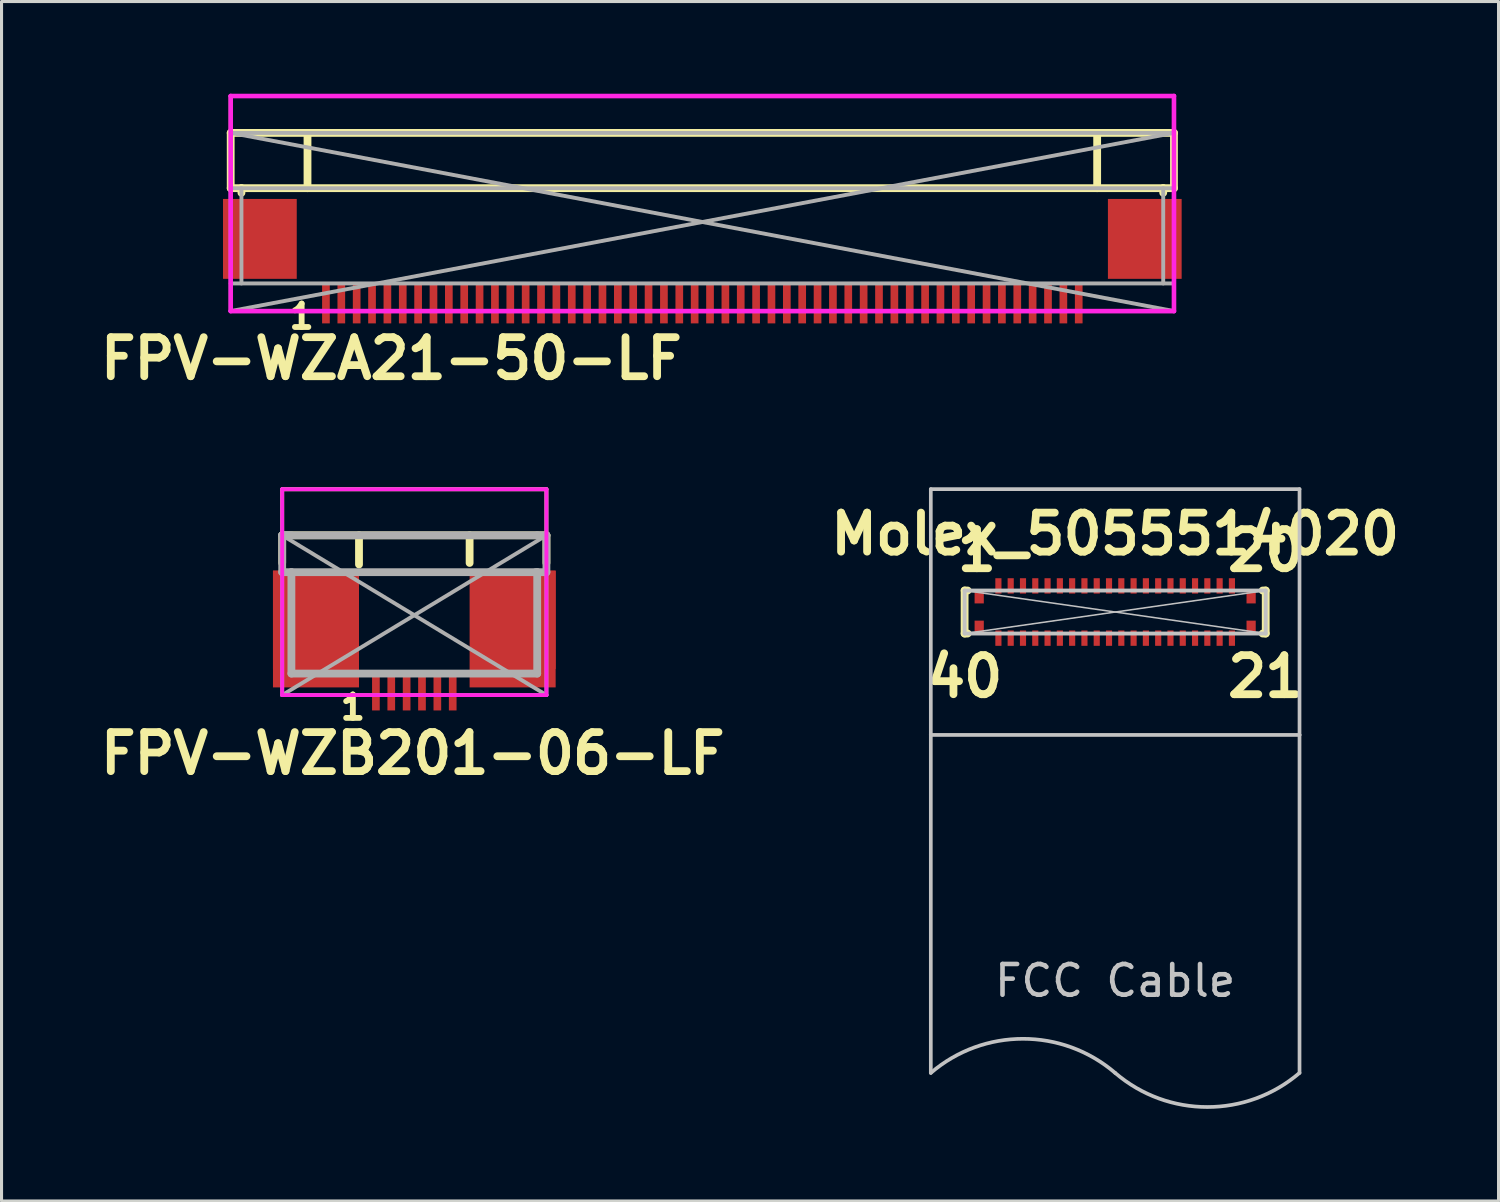
<source format=kicad_pcb>
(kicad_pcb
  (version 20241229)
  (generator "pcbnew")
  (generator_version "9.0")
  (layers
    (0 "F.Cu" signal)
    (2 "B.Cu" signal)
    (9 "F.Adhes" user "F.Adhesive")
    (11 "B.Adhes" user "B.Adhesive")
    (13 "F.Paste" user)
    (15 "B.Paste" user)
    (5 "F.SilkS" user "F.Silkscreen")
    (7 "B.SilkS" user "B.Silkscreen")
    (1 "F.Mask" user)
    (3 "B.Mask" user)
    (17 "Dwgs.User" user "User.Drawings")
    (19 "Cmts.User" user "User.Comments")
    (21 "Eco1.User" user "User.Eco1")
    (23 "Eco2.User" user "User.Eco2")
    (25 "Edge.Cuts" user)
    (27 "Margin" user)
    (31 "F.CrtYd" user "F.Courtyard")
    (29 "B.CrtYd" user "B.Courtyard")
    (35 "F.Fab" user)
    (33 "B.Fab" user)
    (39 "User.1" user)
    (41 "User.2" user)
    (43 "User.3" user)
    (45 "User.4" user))
  (footprint "FPV-WZB201-06-LF"
    (layer "F.Cu")
    (at 10.434 16.972)
    (property "Reference" "FPV-WZB201-06-LF" (at -0.05 4.5 0) (layer "F.SilkS") (effects (font (size 1.27 1.27) (thickness 0.254))))
    (attr smd)
    (fp_line (start -4.3 -4.1) (end -4.3 -2.6) (stroke (width 0.127) (type solid)) (layer "F.SilkS"))
    (fp_line (start -4.3 -2.6) (end -4.3 -1.7) (stroke (width 0.254) (type solid)) (layer "F.SilkS"))
    (fp_line (start -1.8 -2.6) (end -1.8 -1.65) (stroke (width 0.254) (type solid)) (layer "F.SilkS"))
    (fp_line (start 1.8 -2.6) (end 1.8 -1.7) (stroke (width 0.254) (type solid)) (layer "F.SilkS"))
    (fp_line (start 4.3 -4.1) (end -4.3 -4.1) (stroke (width 0.127) (type solid)) (layer "F.SilkS"))
    (fp_line (start 4.3 -2.6) (end -4.3 -2.6) (stroke (width 0.254) (type solid)) (layer "F.SilkS"))
    (fp_line (start 4.3 -2.6) (end 4.3 -4.1) (stroke (width 0.127) (type solid)) (layer "F.SilkS"))
    (fp_line (start 4.3 -2.6) (end 4.3 -1.7) (stroke (width 0.254) (type solid)) (layer "F.SilkS"))
    (fp_line (start -4.3 -4.1) (end -4.3 2.6) (stroke (width 0.127) (type solid)) (layer "F.CrtYd"))
    (fp_line (start -4.3 -4.1) (end 4.3 -4.1) (stroke (width 0.127) (type solid)) (layer "F.CrtYd"))
    (fp_line (start -4.3 2.6) (end 4.3 2.6) (stroke (width 0.127) (type solid)) (layer "F.CrtYd"))
    (fp_line (start 4.3 -4.1) (end 4.3 2.6) (stroke (width 0.127) (type solid)) (layer "F.CrtYd"))
    (fp_line (start -4.3 -2.6) (end -4.3 -1.4) (stroke (width 0.254) (type solid)) (layer "F.Fab"))
    (fp_line (start -4.3 -1.4) (end -4.3 2.6) (stroke (width 0.127) (type solid)) (layer "F.Fab"))
    (fp_line (start -4.3 -1.4) (end -4 -1.4) (stroke (width 0.254) (type solid)) (layer "F.Fab"))
    (fp_line (start -4.3 2.6) (end 4.3 -2.6) (stroke (width 0.127) (type solid)) (layer "F.Fab"))
    (fp_line (start -4.3 2.6) (end 4.3 2.6) (stroke (width 0.127) (type solid)) (layer "F.Fab"))
    (fp_line (start -4 -2.6) (end -4.3 -2.6) (stroke (width 0.254) (type solid)) (layer "F.Fab"))
    (fp_line (start -4 -1.4) (end -4 1.9) (stroke (width 0.254) (type solid)) (layer "F.Fab"))
    (fp_line (start -4 1.9) (end 4 1.9) (stroke (width 0.254) (type solid)) (layer "F.Fab"))
    (fp_line (start 4 -2.6) (end -4.3 -2.6) (stroke (width 0.254) (type solid)) (layer "F.Fab"))
    (fp_line (start 4 -2.6) (end 4.3 -2.6) (stroke (width 0.254) (type solid)) (layer "F.Fab"))
    (fp_line (start 4 -1.4) (end -4 -1.4) (stroke (width 0.254) (type solid)) (layer "F.Fab"))
    (fp_line (start 4 1.9) (end 4 -1.4) (stroke (width 0.254) (type solid)) (layer "F.Fab"))
    (fp_line (start 4.3 -2.6) (end 4.3 -1.4) (stroke (width 0.254) (type solid)) (layer "F.Fab"))
    (fp_line (start 4.3 -1.4) (end 3.95 -1.4) (stroke (width 0.254) (type solid)) (layer "F.Fab"))
    (fp_line (start 4.3 -1.4) (end 4.3 2.6) (stroke (width 0.127) (type solid)) (layer "F.Fab"))
    (fp_line (start 4.3 2.6) (end -4.3 -2.6) (stroke (width 0.127) (type solid)) (layer "F.Fab"))
    (fp_text user "1" (at -2 3 0) (layer "F.SilkS") (effects (font (size 0.762 0.762) (thickness 0.191))))
    (pad "0" smd rect (at -3.4 0.15 180) (size 2.4 3.2) (layers "F.Cu" "F.Mask" "F.Paste"))
    (pad "0" smd rect (at -3.2 0.45 180) (size 2.8 3.8) (layers "F.Cu"))
    (pad "0" smd rect (at 3.2 0.45 180) (size 2.8 3.8) (layers "F.Cu"))
    (pad "0" smd rect (at 3.4 0.15 180) (size 2.4 3.2) (layers "F.Cu" "F.Mask" "F.Paste"))
    (pad "1" smd rect (at -1.25 2.45 180) (size 0.25 1.3) (layers "F.Cu" "F.Mask" "F.Paste"))
    (pad "2" smd rect (at -0.75 2.45 180) (size 0.25 1.3) (layers "F.Cu" "F.Mask" "F.Paste"))
    (pad "3" smd rect (at -0.25 2.45 180) (size 0.25 1.3) (layers "F.Cu" "F.Mask" "F.Paste"))
    (pad "4" smd rect (at 0.25 2.45 180) (size 0.25 1.3) (layers "F.Cu" "F.Mask" "F.Paste"))
    (pad "5" smd rect (at 0.75 2.45 180) (size 0.25 1.3) (layers "F.Cu" "F.Mask" "F.Paste"))
    (pad "6" smd rect (at 1.25 2.45 180) (size 0.25 1.3) (layers "F.Cu" "F.Mask" "F.Paste")))
  (footprint "Molex_5055514020"
    (layer "F.Cu")
    (at 33.244 16.869)
    (property "Reference" "Molex_5055514020" (at 0 -2.54 0) (layer "F.SilkS") (effects (font (size 1.27 1.27) (thickness 0.254))))
    (attr smd)
    (fp_line (start -4.9 -0.7) (end -4.9 0.7) (stroke (width 0.254) (type solid)) (layer "F.SilkS"))
    (fp_line (start -4.8 -0.7) (end -4.9 -0.7) (stroke (width 0.254) (type solid)) (layer "F.SilkS"))
    (fp_line (start -4.8 0.7) (end -4.9 0.7) (stroke (width 0.254) (type solid)) (layer "F.SilkS"))
    (fp_line (start 4.8 -0.7) (end 4.9 -0.7) (stroke (width 0.254) (type solid)) (layer "F.SilkS"))
    (fp_line (start 4.8 0.7) (end 4.9 0.7) (stroke (width 0.254) (type solid)) (layer "F.SilkS"))
    (fp_line (start 4.9 -0.7) (end 4.9 0.7) (stroke (width 0.254) (type solid)) (layer "F.SilkS"))
    (fp_line (start -6 -4) (end -6 4) (stroke (width 0.12) (type solid)) (layer "Dwgs.User"))
    (fp_line (start -6 4) (end -6 15) (stroke (width 0.12) (type solid)) (layer "Dwgs.User"))
    (fp_line (start -6 4) (end 6 4) (stroke (width 0.12) (type solid)) (layer "Dwgs.User"))
    (fp_line (start -4.9 -0.7) (end -4.9 0.7) (stroke (width 0.127) (type solid)) (layer "Dwgs.User"))
    (fp_line (start -4.9 -0.7) (end 4.9 -0.7) (stroke (width 0.127) (type solid)) (layer "Dwgs.User"))
    (fp_line (start -4.9 -0.7) (end 4.9 0.7) (stroke (width 0.05) (type solid)) (layer "Dwgs.User"))
    (fp_line (start -4.9 0.7) (end 4.9 0.7) (stroke (width 0.127) (type solid)) (layer "Dwgs.User"))
    (fp_line (start 4.9 -0.7) (end -4.9 0.7) (stroke (width 0.05) (type solid)) (layer "Dwgs.User"))
    (fp_line (start 4.9 -0.7) (end 4.9 0.7) (stroke (width 0.127) (type solid)) (layer "Dwgs.User"))
    (fp_line (start 6 -4) (end -6 -4) (stroke (width 0.12) (type solid)) (layer "Dwgs.User"))
    (fp_line (start 6 4) (end 6 -4) (stroke (width 0.12) (type solid)) (layer "Dwgs.User"))
    (fp_line (start 6 4) (end 6 15) (stroke (width 0.12) (type solid)) (layer "Dwgs.User"))
    (fp_arc (start -6 15) (mid -3 13.890228) (end 0 15) (stroke (width 0.12) (type solid)) (layer "Dwgs.User"))
    (fp_arc (start 6 15) (mid 3 16.109772) (end 0 15) (stroke (width 0.12) (type solid)) (layer "Dwgs.User"))
    (fp_text user "21" (at 4.9 2.1 0) (layer "F.SilkS") (effects (font (size 1.27 1.27) (thickness 0.254))))
    (fp_text user "40" (at -4.9 2.1 0) (layer "F.SilkS") (effects (font (size 1.27 1.27) (thickness 0.254))))
    (fp_text user "20" (at 4.9 -2 0) (layer "F.SilkS") (effects (font (size 1.27 1.27) (thickness 0.254))))
    (fp_text user "1" (at -4.5 -2 0) (layer "F.SilkS") (effects (font (size 1.27 1.27) (thickness 0.254))))
    (fp_text user "FCC Cable" (at 0 12 0) (layer "Dwgs.User") (effects (font (size 1 1) (thickness 0.15))))
    (pad "0" smd rect (at -4.425 -0.48) (size 0.3 0.4) (layers "F.Cu" "F.Mask" "F.Paste"))
    (pad "0" smd rect (at -4.425 0.48) (size 0.3 0.4) (layers "F.Cu" "F.Mask" "F.Paste"))
    (pad "0" smd rect (at 4.425 -0.48) (size 0.3 0.4) (layers "F.Cu" "F.Mask" "F.Paste"))
    (pad "0" smd rect (at 4.425 0.48) (size 0.3 0.4) (layers "F.Cu" "F.Mask" "F.Paste"))
    (pad "1" smd rect (at -3.8 -0.85) (size 0.2 0.5) (layers "F.Cu" "F.Mask" "F.Paste"))
    (pad "2" smd rect (at -3.4 -0.85) (size 0.2 0.5) (layers "F.Cu" "F.Mask" "F.Paste"))
    (pad "3" smd rect (at -3 -0.85) (size 0.2 0.5) (layers "F.Cu" "F.Mask" "F.Paste"))
    (pad "4" smd rect (at -2.6 -0.85) (size 0.2 0.5) (layers "F.Cu" "F.Mask" "F.Paste"))
    (pad "5" smd rect (at -2.2 -0.85) (size 0.2 0.5) (layers "F.Cu" "F.Mask" "F.Paste"))
    (pad "6" smd rect (at -1.8 -0.85) (size 0.2 0.5) (layers "F.Cu" "F.Mask" "F.Paste"))
    (pad "7" smd rect (at -1.4 -0.85) (size 0.2 0.5) (layers "F.Cu" "F.Mask" "F.Paste"))
    (pad "8" smd rect (at -1 -0.85) (size 0.2 0.5) (layers "F.Cu" "F.Mask" "F.Paste"))
    (pad "9" smd rect (at -0.6 -0.85) (size 0.2 0.5) (layers "F.Cu" "F.Mask" "F.Paste"))
    (pad "10" smd rect (at -0.2 -0.85) (size 0.2 0.5) (layers "F.Cu" "F.Mask" "F.Paste"))
    (pad "11" smd rect (at 0.2 -0.85) (size 0.2 0.5) (layers "F.Cu" "F.Mask" "F.Paste"))
    (pad "12" smd rect (at 0.6 -0.85) (size 0.2 0.5) (layers "F.Cu" "F.Mask" "F.Paste"))
    (pad "13" smd rect (at 1 -0.85) (size 0.2 0.5) (layers "F.Cu" "F.Mask" "F.Paste"))
    (pad "14" smd rect (at 1.4 -0.85) (size 0.2 0.5) (layers "F.Cu" "F.Mask" "F.Paste"))
    (pad "15" smd rect (at 1.8 -0.85) (size 0.2 0.5) (layers "F.Cu" "F.Mask" "F.Paste"))
    (pad "16" smd rect (at 2.2 -0.85) (size 0.2 0.5) (layers "F.Cu" "F.Mask" "F.Paste"))
    (pad "17" smd rect (at 2.6 -0.85) (size 0.2 0.5) (layers "F.Cu" "F.Mask" "F.Paste"))
    (pad "18" smd rect (at 3 -0.85) (size 0.2 0.5) (layers "F.Cu" "F.Mask" "F.Paste"))
    (pad "19" smd rect (at 3.4 -0.85) (size 0.2 0.5) (layers "F.Cu" "F.Mask" "F.Paste"))
    (pad "20" smd rect (at 3.8 -0.85) (size 0.2 0.5) (layers "F.Cu" "F.Mask" "F.Paste"))
    (pad "21" smd rect (at 3.8 0.85) (size 0.2 0.5) (layers "F.Cu" "F.Mask" "F.Paste"))
    (pad "22" smd rect (at 3.4 0.85) (size 0.2 0.5) (layers "F.Cu" "F.Mask" "F.Paste"))
    (pad "23" smd rect (at 3 0.85) (size 0.2 0.5) (layers "F.Cu" "F.Mask" "F.Paste"))
    (pad "24" smd rect (at 2.6 0.85) (size 0.2 0.5) (layers "F.Cu" "F.Mask" "F.Paste"))
    (pad "25" smd rect (at 2.2 0.85) (size 0.2 0.5) (layers "F.Cu" "F.Mask" "F.Paste"))
    (pad "26" smd rect (at 1.8 0.85) (size 0.2 0.5) (layers "F.Cu" "F.Mask" "F.Paste"))
    (pad "27" smd rect (at 1.4 0.85) (size 0.2 0.5) (layers "F.Cu" "F.Mask" "F.Paste"))
    (pad "28" smd rect (at 1 0.85) (size 0.2 0.5) (layers "F.Cu" "F.Mask" "F.Paste"))
    (pad "29" smd rect (at 0.6 0.85) (size 0.2 0.5) (layers "F.Cu" "F.Mask" "F.Paste"))
    (pad "30" smd rect (at 0.2 0.85) (size 0.2 0.5) (layers "F.Cu" "F.Mask" "F.Paste"))
    (pad "31" smd rect (at -0.2 0.85) (size 0.2 0.5) (layers "F.Cu" "F.Mask" "F.Paste"))
    (pad "32" smd rect (at -0.6 0.85) (size 0.2 0.5) (layers "F.Cu" "F.Mask" "F.Paste"))
    (pad "33" smd rect (at -1 0.85) (size 0.2 0.5) (layers "F.Cu" "F.Mask" "F.Paste"))
    (pad "34" smd rect (at -1.4 0.85) (size 0.2 0.5) (layers "F.Cu" "F.Mask" "F.Paste"))
    (pad "35" smd rect (at -1.8 0.85) (size 0.2 0.5) (layers "F.Cu" "F.Mask" "F.Paste"))
    (pad "36" smd rect (at -2.2 0.85) (size 0.2 0.5) (layers "F.Cu" "F.Mask" "F.Paste"))
    (pad "37" smd rect (at -2.6 0.85) (size 0.2 0.5) (layers "F.Cu" "F.Mask" "F.Paste"))
    (pad "38" smd rect (at -3 0.85) (size 0.2 0.5) (layers "F.Cu" "F.Mask" "F.Paste"))
    (pad "39" smd rect (at -3.4 0.85) (size 0.2 0.5) (layers "F.Cu" "F.Mask" "F.Paste"))
    (pad "40" smd rect (at -3.8 0.85) (size 0.2 0.5) (layers "F.Cu" "F.Mask" "F.Paste")))
  (footprint "FPV-WZA21-50-LF"
    (layer "F.Cu")
    (at 19.808 4.175)
    (property "Reference" "FPV-WZA21-50-LF" (at -10.12 4.445 0) (layer "F.SilkS") (effects (font (size 1.27 1.27) (thickness 0.254))))
    (attr smd)
    (fp_line (start -15.35 -4.1) (end 15.35 -4.1) (stroke (width 0.127) (type solid)) (layer "F.SilkS"))
    (fp_line (start -15.35 -2.9) (end -15.35 -4.1) (stroke (width 0.127) (type solid)) (layer "F.SilkS"))
    (fp_line (start -15.35 -2.9) (end -15.35 -1.1) (stroke (width 0.254) (type solid)) (layer "F.SilkS"))
    (fp_line (start -15.35 -2.9) (end 15.35 -2.9) (stroke (width 0.254) (type solid)) (layer "F.SilkS"))
    (fp_line (start -15.35 -1.1) (end -15 -1.1) (stroke (width 0.254) (type solid)) (layer "F.SilkS"))
    (fp_line (start -15 -1.1) (end -15 -0.95) (stroke (width 0.254) (type solid)) (layer "F.SilkS"))
    (fp_line (start -15 -1.1) (end 15 -1.1) (stroke (width 0.254) (type solid)) (layer "F.SilkS"))
    (fp_line (start -12.85 -2.9) (end -12.85 -1.1) (stroke (width 0.254) (type solid)) (layer "F.SilkS"))
    (fp_line (start 12.85 -2.9) (end 12.85 -1.1) (stroke (width 0.254) (type solid)) (layer "F.SilkS"))
    (fp_line (start 15 -1.1) (end 15 -0.95) (stroke (width 0.254) (type solid)) (layer "F.SilkS"))
    (fp_line (start 15.35 -4.1) (end 15.35 -2.9) (stroke (width 0.127) (type solid)) (layer "F.SilkS"))
    (fp_line (start 15.35 -2.9) (end 15.35 -1.1) (stroke (width 0.254) (type solid)) (layer "F.SilkS"))
    (fp_line (start 15.35 -1.1) (end 15 -1.1) (stroke (width 0.254) (type solid)) (layer "F.SilkS"))
    (fp_line (start -15.35 -4.1) (end 15.35 -4.1) (stroke (width 0.15) (type solid)) (layer "F.CrtYd"))
    (fp_line (start -15.35 2.9) (end -15.35 -4.1) (stroke (width 0.15) (type solid)) (layer "F.CrtYd"))
    (fp_line (start -15.35 2.9) (end 15.35 2.9) (stroke (width 0.15) (type solid)) (layer "F.CrtYd"))
    (fp_line (start 15.35 -4.1) (end 15.35 2.9) (stroke (width 0.15) (type solid)) (layer "F.CrtYd"))
    (fp_line (start -15.35 -2.9) (end 15.35 -2.9) (stroke (width 0.127) (type solid)) (layer "F.Fab"))
    (fp_line (start -15.35 -2.9) (end 15.35 2.9) (stroke (width 0.127) (type solid)) (layer "F.Fab"))
    (fp_line (start -15.35 -1.1) (end 15.35 -1.1) (stroke (width 0.127) (type solid)) (layer "F.Fab"))
    (fp_line (start -15.35 2) (end 15.35 2) (stroke (width 0.127) (type solid)) (layer "F.Fab"))
    (fp_line (start -15.35 2.9) (end -15.35 -2.9) (stroke (width 0.127) (type solid)) (layer "F.Fab"))
    (fp_line (start -15 -1.1) (end -15 2) (stroke (width 0.127) (type solid)) (layer "F.Fab"))
    (fp_line (start 15 -1.1) (end 15 2) (stroke (width 0.127) (type solid)) (layer "F.Fab"))
    (fp_line (start 15.35 -2.9) (end -15.35 2.9) (stroke (width 0.127) (type solid)) (layer "F.Fab"))
    (fp_line (start 15.35 -2.9) (end 15.35 2.9) (stroke (width 0.127) (type solid)) (layer "F.Fab"))
    (fp_line (start 15.35 2.9) (end -15.35 2.9) (stroke (width 0.127) (type solid)) (layer "F.Fab"))
    (fp_text user "1" (at -13.041 3.075 0) (layer "F.SilkS") (effects (font (size 0.762 0.762) (thickness 0.191))))
    (pad "0" smd rect (at -14.4 0.55 180) (size 2.4 2.6) (layers "F.Cu" "F.Mask" "F.Paste"))
    (pad "0" smd rect (at 14.4 0.55 180) (size 2.4 2.6) (layers "F.Cu" "F.Mask" "F.Paste"))
    (pad "1" smd rect (at -12.25 2.65 180) (size 0.25 1.3) (layers "F.Cu" "F.Mask" "F.Paste"))
    (pad "2" smd rect (at -11.75 2.65 180) (size 0.25 1.3) (layers "F.Cu" "F.Mask" "F.Paste"))
    (pad "3" smd rect (at -11.25 2.65 180) (size 0.25 1.3) (layers "F.Cu" "F.Mask" "F.Paste"))
    (pad "4" smd rect (at -10.75 2.65 180) (size 0.25 1.3) (layers "F.Cu" "F.Mask" "F.Paste"))
    (pad "5" smd rect (at -10.25 2.65 180) (size 0.25 1.3) (layers "F.Cu" "F.Mask" "F.Paste"))
    (pad "6" smd rect (at -9.75 2.65 180) (size 0.25 1.3) (layers "F.Cu" "F.Mask" "F.Paste"))
    (pad "7" smd rect (at -9.25 2.65 180) (size 0.25 1.3) (layers "F.Cu" "F.Mask" "F.Paste"))
    (pad "8" smd rect (at -8.75 2.65 180) (size 0.25 1.3) (layers "F.Cu" "F.Mask" "F.Paste"))
    (pad "9" smd rect (at -8.25 2.65 180) (size 0.25 1.3) (layers "F.Cu" "F.Mask" "F.Paste"))
    (pad "10" smd rect (at -7.75 2.65 180) (size 0.25 1.3) (layers "F.Cu" "F.Mask" "F.Paste"))
    (pad "11" smd rect (at -7.25 2.65 180) (size 0.25 1.3) (layers "F.Cu" "F.Mask" "F.Paste"))
    (pad "12" smd rect (at -6.75 2.65 180) (size 0.25 1.3) (layers "F.Cu" "F.Mask" "F.Paste"))
    (pad "13" smd rect (at -6.25 2.65 180) (size 0.25 1.3) (layers "F.Cu" "F.Mask" "F.Paste"))
    (pad "14" smd rect (at -5.75 2.65 180) (size 0.25 1.3) (layers "F.Cu" "F.Mask" "F.Paste"))
    (pad "15" smd rect (at -5.25 2.65 180) (size 0.25 1.3) (layers "F.Cu" "F.Mask" "F.Paste"))
    (pad "16" smd rect (at -4.75 2.65 180) (size 0.25 1.3) (layers "F.Cu" "F.Mask" "F.Paste"))
    (pad "17" smd rect (at -4.25 2.65 180) (size 0.25 1.3) (layers "F.Cu" "F.Mask" "F.Paste"))
    (pad "18" smd rect (at -3.75 2.65 180) (size 0.25 1.3) (layers "F.Cu" "F.Mask" "F.Paste"))
    (pad "19" smd rect (at -3.25 2.65 180) (size 0.25 1.3) (layers "F.Cu" "F.Mask" "F.Paste"))
    (pad "20" smd rect (at -2.75 2.65 180) (size 0.25 1.3) (layers "F.Cu" "F.Mask" "F.Paste"))
    (pad "21" smd rect (at -2.25 2.65 180) (size 0.25 1.3) (layers "F.Cu" "F.Mask" "F.Paste"))
    (pad "22" smd rect (at -1.75 2.65 180) (size 0.25 1.3) (layers "F.Cu" "F.Mask" "F.Paste"))
    (pad "23" smd rect (at -1.25 2.65 180) (size 0.25 1.3) (layers "F.Cu" "F.Mask" "F.Paste"))
    (pad "24" smd rect (at -0.75 2.65 180) (size 0.25 1.3) (layers "F.Cu" "F.Mask" "F.Paste"))
    (pad "25" smd rect (at -0.25 2.65 180) (size 0.25 1.3) (layers "F.Cu" "F.Mask" "F.Paste"))
    (pad "26" smd rect (at 0.25 2.65 180) (size 0.25 1.3) (layers "F.Cu" "F.Mask" "F.Paste"))
    (pad "27" smd rect (at 0.75 2.65 180) (size 0.25 1.3) (layers "F.Cu" "F.Mask" "F.Paste"))
    (pad "28" smd rect (at 1.25 2.65 180) (size 0.25 1.3) (layers "F.Cu" "F.Mask" "F.Paste"))
    (pad "29" smd rect (at 1.75 2.65 180) (size 0.25 1.3) (layers "F.Cu" "F.Mask" "F.Paste"))
    (pad "30" smd rect (at 2.25 2.65 180) (size 0.25 1.3) (layers "F.Cu" "F.Mask" "F.Paste"))
    (pad "31" smd rect (at 2.75 2.65 180) (size 0.25 1.3) (layers "F.Cu" "F.Mask" "F.Paste"))
    (pad "32" smd rect (at 3.25 2.65 180) (size 0.25 1.3) (layers "F.Cu" "F.Mask" "F.Paste"))
    (pad "33" smd rect (at 3.75 2.65 180) (size 0.25 1.3) (layers "F.Cu" "F.Mask" "F.Paste"))
    (pad "34" smd rect (at 4.25 2.65 180) (size 0.25 1.3) (layers "F.Cu" "F.Mask" "F.Paste"))
    (pad "35" smd rect (at 4.75 2.65 180) (size 0.25 1.3) (layers "F.Cu" "F.Mask" "F.Paste"))
    (pad "36" smd rect (at 5.25 2.65 180) (size 0.25 1.3) (layers "F.Cu" "F.Mask" "F.Paste"))
    (pad "37" smd rect (at 5.75 2.65 180) (size 0.25 1.3) (layers "F.Cu" "F.Mask" "F.Paste"))
    (pad "38" smd rect (at 6.25 2.65 180) (size 0.25 1.3) (layers "F.Cu" "F.Mask" "F.Paste"))
    (pad "39" smd rect (at 6.75 2.65 180) (size 0.25 1.3) (layers "F.Cu" "F.Mask" "F.Paste"))
    (pad "40" smd rect (at 7.25 2.65 180) (size 0.25 1.3) (layers "F.Cu" "F.Mask" "F.Paste"))
    (pad "41" smd rect (at 7.75 2.65 180) (size 0.25 1.3) (layers "F.Cu" "F.Mask" "F.Paste"))
    (pad "42" smd rect (at 8.25 2.65 180) (size 0.25 1.3) (layers "F.Cu" "F.Mask" "F.Paste"))
    (pad "43" smd rect (at 8.75 2.65 180) (size 0.25 1.3) (layers "F.Cu" "F.Mask" "F.Paste"))
    (pad "44" smd rect (at 9.25 2.65 180) (size 0.25 1.3) (layers "F.Cu" "F.Mask" "F.Paste"))
    (pad "45" smd rect (at 9.75 2.65 180) (size 0.25 1.3) (layers "F.Cu" "F.Mask" "F.Paste"))
    (pad "46" smd rect (at 10.25 2.65 180) (size 0.25 1.3) (layers "F.Cu" "F.Mask" "F.Paste"))
    (pad "47" smd rect (at 10.75 2.65 180) (size 0.25 1.3) (layers "F.Cu" "F.Mask" "F.Paste"))
    (pad "48" smd rect (at 11.25 2.65 180) (size 0.25 1.3) (layers "F.Cu" "F.Mask" "F.Paste"))
    (pad "49" smd rect (at 11.75 2.65 180) (size 0.25 1.3) (layers "F.Cu" "F.Mask" "F.Paste"))
    (pad "50" smd rect (at 12.25 2.65 180) (size 0.25 1.3) (layers "F.Cu" "F.Mask" "F.Paste")))
  (gr_rect
    (start -3 -3)
    (end 45.721 36.038)
    (stroke (width 0.1) (type default))
    (fill no)
    (layer "Edge.Cuts")))
</source>
